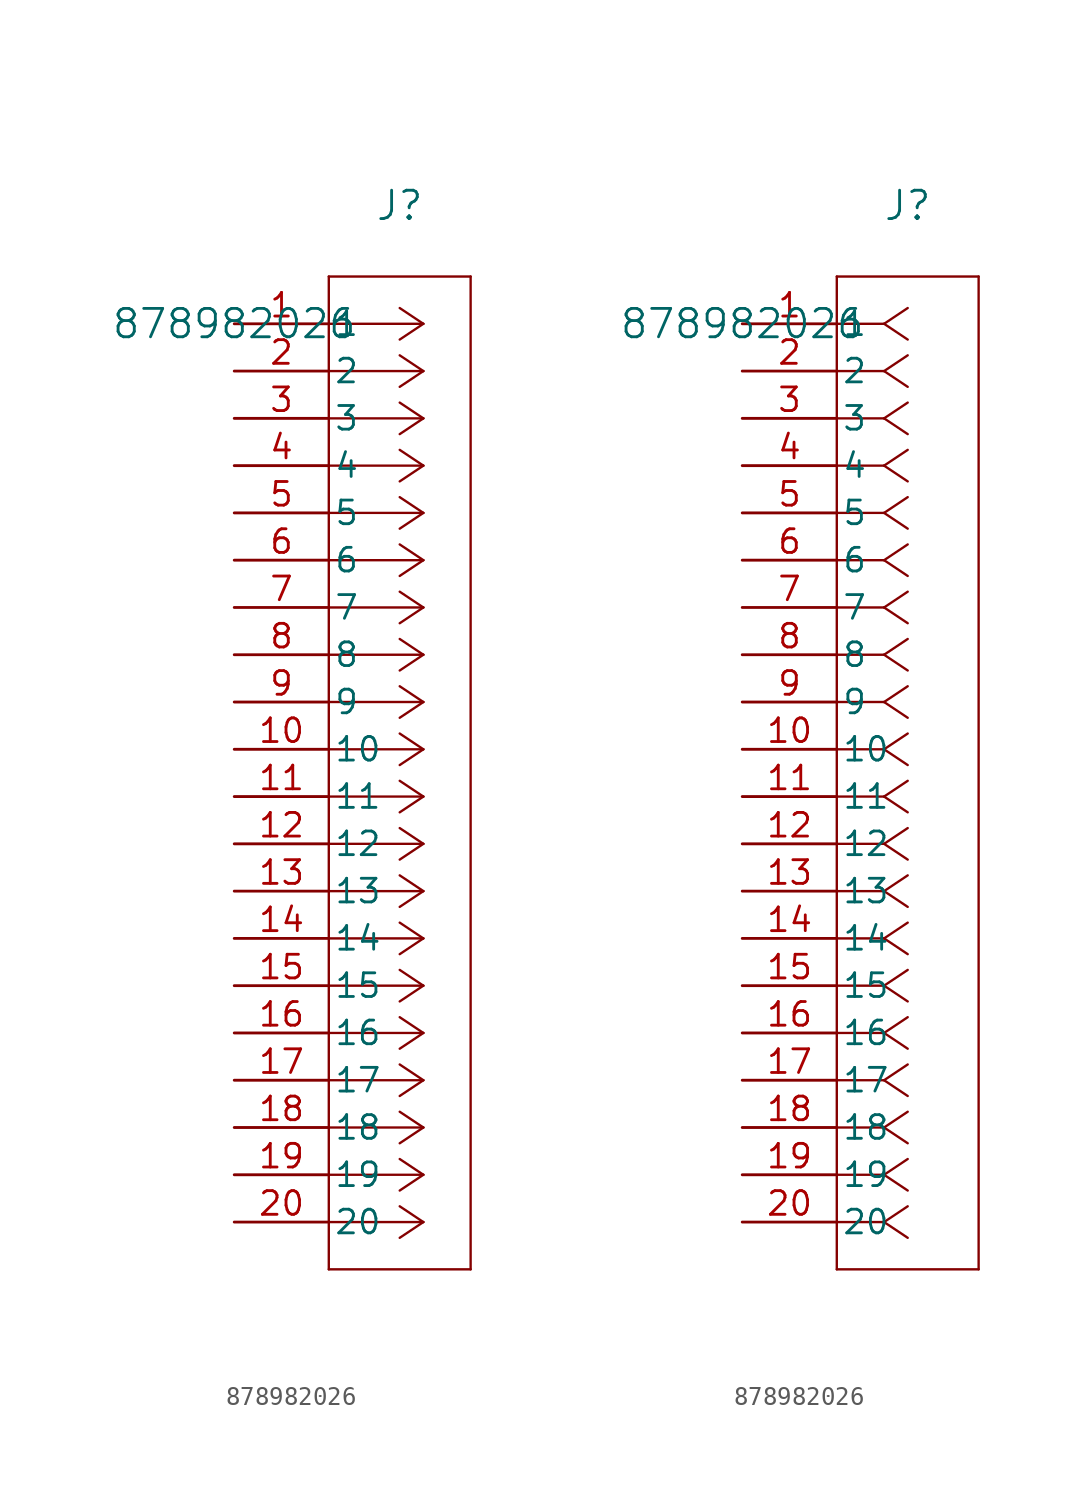
<source format=kicad_sym>
(kicad_symbol_lib
  (version 20211014)
  (generator kicad_symbol_editor)
  (symbol "878982026"
    (pin_names
      (offset 0.254))
    (property "Reference" "J"
      (at 8.89 6.35 0)
      (effects (font (size 1.524 1.524))))
    (property "Value" "878982026"
      (at 0 0 0)
      (effects (font (size 1.524 1.524))))
    (symbol "878982026_1_1"
      (polyline (pts (xy 10.16 0) (xy 5.08 0)) (stroke (width 0.127) (type default) (color 0 0 0 0)) (fill (type none)))
      (polyline (pts (xy 10.16 -2.54) (xy 5.08 -2.54)) (stroke (width 0.127) (type default) (color 0 0 0 0)) (fill (type none)))
      (polyline (pts (xy 10.16 -5.08) (xy 5.08 -5.08)) (stroke (width 0.127) (type default) (color 0 0 0 0)) (fill (type none)))
      (polyline (pts (xy 10.16 -7.62) (xy 5.08 -7.62)) (stroke (width 0.127) (type default) (color 0 0 0 0)) (fill (type none)))
      (polyline (pts (xy 10.16 -10.16) (xy 5.08 -10.16)) (stroke (width 0.127) (type default) (color 0 0 0 0)) (fill (type none)))
      (polyline (pts (xy 10.16 -12.7) (xy 5.08 -12.7)) (stroke (width 0.127) (type default) (color 0 0 0 0)) (fill (type none)))
      (polyline (pts (xy 10.16 -15.24) (xy 5.08 -15.24)) (stroke (width 0.127) (type default) (color 0 0 0 0)) (fill (type none)))
      (polyline (pts (xy 10.16 -17.78) (xy 5.08 -17.78)) (stroke (width 0.127) (type default) (color 0 0 0 0)) (fill (type none)))
      (polyline (pts (xy 10.16 -20.32) (xy 5.08 -20.32)) (stroke (width 0.127) (type default) (color 0 0 0 0)) (fill (type none)))
      (polyline (pts (xy 10.16 -22.86) (xy 5.08 -22.86)) (stroke (width 0.127) (type default) (color 0 0 0 0)) (fill (type none)))
      (polyline (pts (xy 10.16 -25.4) (xy 5.08 -25.4)) (stroke (width 0.127) (type default) (color 0 0 0 0)) (fill (type none)))
      (polyline (pts (xy 10.16 -27.94) (xy 5.08 -27.94)) (stroke (width 0.127) (type default) (color 0 0 0 0)) (fill (type none)))
      (polyline (pts (xy 10.16 -30.48) (xy 5.08 -30.48)) (stroke (width 0.127) (type default) (color 0 0 0 0)) (fill (type none)))
      (polyline (pts (xy 10.16 -33.02) (xy 5.08 -33.02)) (stroke (width 0.127) (type default) (color 0 0 0 0)) (fill (type none)))
      (polyline (pts (xy 10.16 -35.56) (xy 5.08 -35.56)) (stroke (width 0.127) (type default) (color 0 0 0 0)) (fill (type none)))
      (polyline (pts (xy 10.16 -38.1) (xy 5.08 -38.1)) (stroke (width 0.127) (type default) (color 0 0 0 0)) (fill (type none)))
      (polyline (pts (xy 10.16 -40.64) (xy 5.08 -40.64)) (stroke (width 0.127) (type default) (color 0 0 0 0)) (fill (type none)))
      (polyline (pts (xy 10.16 -43.18) (xy 5.08 -43.18)) (stroke (width 0.127) (type default) (color 0 0 0 0)) (fill (type none)))
      (polyline (pts (xy 10.16 -45.72) (xy 5.08 -45.72)) (stroke (width 0.127) (type default) (color 0 0 0 0)) (fill (type none)))
      (polyline (pts (xy 10.16 -48.26) (xy 5.08 -48.26)) (stroke (width 0.127) (type default) (color 0 0 0 0)) (fill (type none)))
      (polyline (pts (xy 10.16 0) (xy 8.89 0.847)) (stroke (width 0.127) (type default) (color 0 0 0 0)) (fill (type none)))
      (polyline (pts (xy 10.16 -2.54) (xy 8.89 -1.693)) (stroke (width 0.127) (type default) (color 0 0 0 0)) (fill (type none)))
      (polyline (pts (xy 10.16 -5.08) (xy 8.89 -4.233)) (stroke (width 0.127) (type default) (color 0 0 0 0)) (fill (type none)))
      (polyline (pts (xy 10.16 -7.62) (xy 8.89 -6.773)) (stroke (width 0.127) (type default) (color 0 0 0 0)) (fill (type none)))
      (polyline (pts (xy 10.16 -10.16) (xy 8.89 -9.313)) (stroke (width 0.127) (type default) (color 0 0 0 0)) (fill (type none)))
      (polyline (pts (xy 10.16 -12.7) (xy 8.89 -11.853)) (stroke (width 0.127) (type default) (color 0 0 0 0)) (fill (type none)))
      (polyline (pts (xy 10.16 -15.24) (xy 8.89 -14.393)) (stroke (width 0.127) (type default) (color 0 0 0 0)) (fill (type none)))
      (polyline (pts (xy 10.16 -17.78) (xy 8.89 -16.933)) (stroke (width 0.127) (type default) (color 0 0 0 0)) (fill (type none)))
      (polyline (pts (xy 10.16 -20.32) (xy 8.89 -19.473)) (stroke (width 0.127) (type default) (color 0 0 0 0)) (fill (type none)))
      (polyline (pts (xy 10.16 -22.86) (xy 8.89 -22.013)) (stroke (width 0.127) (type default) (color 0 0 0 0)) (fill (type none)))
      (polyline (pts (xy 10.16 -25.4) (xy 8.89 -24.553)) (stroke (width 0.127) (type default) (color 0 0 0 0)) (fill (type none)))
      (polyline (pts (xy 10.16 -27.94) (xy 8.89 -27.093)) (stroke (width 0.127) (type default) (color 0 0 0 0)) (fill (type none)))
      (polyline (pts (xy 10.16 -30.48) (xy 8.89 -29.633)) (stroke (width 0.127) (type default) (color 0 0 0 0)) (fill (type none)))
      (polyline (pts (xy 10.16 -33.02) (xy 8.89 -32.173)) (stroke (width 0.127) (type default) (color 0 0 0 0)) (fill (type none)))
      (polyline (pts (xy 10.16 -35.56) (xy 8.89 -34.713)) (stroke (width 0.127) (type default) (color 0 0 0 0)) (fill (type none)))
      (polyline (pts (xy 10.16 -38.1) (xy 8.89 -37.253)) (stroke (width 0.127) (type default) (color 0 0 0 0)) (fill (type none)))
      (polyline (pts (xy 10.16 -40.64) (xy 8.89 -39.793)) (stroke (width 0.127) (type default) (color 0 0 0 0)) (fill (type none)))
      (polyline (pts (xy 10.16 -43.18) (xy 8.89 -42.333)) (stroke (width 0.127) (type default) (color 0 0 0 0)) (fill (type none)))
      (polyline (pts (xy 10.16 -45.72) (xy 8.89 -44.873)) (stroke (width 0.127) (type default) (color 0 0 0 0)) (fill (type none)))
      (polyline (pts (xy 10.16 -48.26) (xy 8.89 -47.413)) (stroke (width 0.127) (type default) (color 0 0 0 0)) (fill (type none)))
      (polyline (pts (xy 10.16 0) (xy 8.89 -0.847)) (stroke (width 0.127) (type default) (color 0 0 0 0)) (fill (type none)))
      (polyline (pts (xy 10.16 -2.54) (xy 8.89 -3.387)) (stroke (width 0.127) (type default) (color 0 0 0 0)) (fill (type none)))
      (polyline (pts (xy 10.16 -5.08) (xy 8.89 -5.927)) (stroke (width 0.127) (type default) (color 0 0 0 0)) (fill (type none)))
      (polyline (pts (xy 10.16 -7.62) (xy 8.89 -8.467)) (stroke (width 0.127) (type default) (color 0 0 0 0)) (fill (type none)))
      (polyline (pts (xy 10.16 -10.16) (xy 8.89 -11.007)) (stroke (width 0.127) (type default) (color 0 0 0 0)) (fill (type none)))
      (polyline (pts (xy 10.16 -12.7) (xy 8.89 -13.547)) (stroke (width 0.127) (type default) (color 0 0 0 0)) (fill (type none)))
      (polyline (pts (xy 10.16 -15.24) (xy 8.89 -16.087)) (stroke (width 0.127) (type default) (color 0 0 0 0)) (fill (type none)))
      (polyline (pts (xy 10.16 -17.78) (xy 8.89 -18.627)) (stroke (width 0.127) (type default) (color 0 0 0 0)) (fill (type none)))
      (polyline (pts (xy 10.16 -20.32) (xy 8.89 -21.167)) (stroke (width 0.127) (type default) (color 0 0 0 0)) (fill (type none)))
      (polyline (pts (xy 10.16 -22.86) (xy 8.89 -23.707)) (stroke (width 0.127) (type default) (color 0 0 0 0)) (fill (type none)))
      (polyline (pts (xy 10.16 -25.4) (xy 8.89 -26.247)) (stroke (width 0.127) (type default) (color 0 0 0 0)) (fill (type none)))
      (polyline (pts (xy 10.16 -27.94) (xy 8.89 -28.787)) (stroke (width 0.127) (type default) (color 0 0 0 0)) (fill (type none)))
      (polyline (pts (xy 10.16 -30.48) (xy 8.89 -31.327)) (stroke (width 0.127) (type default) (color 0 0 0 0)) (fill (type none)))
      (polyline (pts (xy 10.16 -33.02) (xy 8.89 -33.867)) (stroke (width 0.127) (type default) (color 0 0 0 0)) (fill (type none)))
      (polyline (pts (xy 10.16 -35.56) (xy 8.89 -36.407)) (stroke (width 0.127) (type default) (color 0 0 0 0)) (fill (type none)))
      (polyline (pts (xy 10.16 -38.1) (xy 8.89 -38.947)) (stroke (width 0.127) (type default) (color 0 0 0 0)) (fill (type none)))
      (polyline (pts (xy 10.16 -40.64) (xy 8.89 -41.487)) (stroke (width 0.127) (type default) (color 0 0 0 0)) (fill (type none)))
      (polyline (pts (xy 10.16 -43.18) (xy 8.89 -44.027)) (stroke (width 0.127) (type default) (color 0 0 0 0)) (fill (type none)))
      (polyline (pts (xy 10.16 -45.72) (xy 8.89 -46.567)) (stroke (width 0.127) (type default) (color 0 0 0 0)) (fill (type none)))
      (polyline (pts (xy 10.16 -48.26) (xy 8.89 -49.107)) (stroke (width 0.127) (type default) (color 0 0 0 0)) (fill (type none)))
      (polyline (pts (xy 5.08 2.54) (xy 5.08 -50.8)) (stroke (width 0.127) (type default) (color 0 0 0 0)) (fill (type none)))
      (polyline (pts (xy 5.08 -50.8) (xy 12.7 -50.8)) (stroke (width 0.127) (type default) (color 0 0 0 0)) (fill (type none)))
      (polyline (pts (xy 12.7 -50.8) (xy 12.7 2.54)) (stroke (width 0.127) (type default) (color 0 0 0 0)) (fill (type none)))
      (polyline (pts (xy 12.7 2.54) (xy 5.08 2.54)) (stroke (width 0.127) (type default) (color 0 0 0 0)) (fill (type none)))
      (pin unspecified line (at 0 0 0) (length 5.08) (name "1" (effects (font (size 1.27 1.27)))) (number "1" (effects (font (size 1.27 1.27)))))
      (pin unspecified line (at 0 -2.54 0) (length 5.08) (name "2" (effects (font (size 1.27 1.27)))) (number "2" (effects (font (size 1.27 1.27)))))
      (pin unspecified line (at 0 -5.08 0) (length 5.08) (name "3" (effects (font (size 1.27 1.27)))) (number "3" (effects (font (size 1.27 1.27)))))
      (pin unspecified line (at 0 -7.62 0) (length 5.08) (name "4" (effects (font (size 1.27 1.27)))) (number "4" (effects (font (size 1.27 1.27)))))
      (pin unspecified line (at 0 -10.16 0) (length 5.08) (name "5" (effects (font (size 1.27 1.27)))) (number "5" (effects (font (size 1.27 1.27)))))
      (pin unspecified line (at 0 -12.7 0) (length 5.08) (name "6" (effects (font (size 1.27 1.27)))) (number "6" (effects (font (size 1.27 1.27)))))
      (pin unspecified line (at 0 -15.24 0) (length 5.08) (name "7" (effects (font (size 1.27 1.27)))) (number "7" (effects (font (size 1.27 1.27)))))
      (pin unspecified line (at 0 -17.78 0) (length 5.08) (name "8" (effects (font (size 1.27 1.27)))) (number "8" (effects (font (size 1.27 1.27)))))
      (pin unspecified line (at 0 -20.32 0) (length 5.08) (name "9" (effects (font (size 1.27 1.27)))) (number "9" (effects (font (size 1.27 1.27)))))
      (pin unspecified line (at 0 -22.86 0) (length 5.08) (name "10" (effects (font (size 1.27 1.27)))) (number "10" (effects (font (size 1.27 1.27)))))
      (pin unspecified line (at 0 -25.4 0) (length 5.08) (name "11" (effects (font (size 1.27 1.27)))) (number "11" (effects (font (size 1.27 1.27)))))
      (pin unspecified line (at 0 -27.94 0) (length 5.08) (name "12" (effects (font (size 1.27 1.27)))) (number "12" (effects (font (size 1.27 1.27)))))
      (pin unspecified line (at 0 -30.48 0) (length 5.08) (name "13" (effects (font (size 1.27 1.27)))) (number "13" (effects (font (size 1.27 1.27)))))
      (pin unspecified line (at 0 -33.02 0) (length 5.08) (name "14" (effects (font (size 1.27 1.27)))) (number "14" (effects (font (size 1.27 1.27)))))
      (pin unspecified line (at 0 -35.56 0) (length 5.08) (name "15" (effects (font (size 1.27 1.27)))) (number "15" (effects (font (size 1.27 1.27)))))
      (pin unspecified line (at 0 -38.1 0) (length 5.08) (name "16" (effects (font (size 1.27 1.27)))) (number "16" (effects (font (size 1.27 1.27)))))
      (pin unspecified line (at 0 -40.64 0) (length 5.08) (name "17" (effects (font (size 1.27 1.27)))) (number "17" (effects (font (size 1.27 1.27)))))
      (pin unspecified line (at 0 -43.18 0) (length 5.08) (name "18" (effects (font (size 1.27 1.27)))) (number "18" (effects (font (size 1.27 1.27)))))
      (pin unspecified line (at 0 -45.72 0) (length 5.08) (name "19" (effects (font (size 1.27 1.27)))) (number "19" (effects (font (size 1.27 1.27)))))
      (pin unspecified line (at 0 -48.26 0) (length 5.08) (name "20" (effects (font (size 1.27 1.27)))) (number "20" (effects (font (size 1.27 1.27))))))
    (symbol "878982026_1_2"
      (polyline (pts (xy 7.62 0) (xy 5.08 0)) (stroke (width 0.127) (type default) (color 0 0 0 0)) (fill (type none)))
      (polyline (pts (xy 7.62 -2.54) (xy 5.08 -2.54)) (stroke (width 0.127) (type default) (color 0 0 0 0)) (fill (type none)))
      (polyline (pts (xy 7.62 -5.08) (xy 5.08 -5.08)) (stroke (width 0.127) (type default) (color 0 0 0 0)) (fill (type none)))
      (polyline (pts (xy 7.62 -7.62) (xy 5.08 -7.62)) (stroke (width 0.127) (type default) (color 0 0 0 0)) (fill (type none)))
      (polyline (pts (xy 7.62 -10.16) (xy 5.08 -10.16)) (stroke (width 0.127) (type default) (color 0 0 0 0)) (fill (type none)))
      (polyline (pts (xy 7.62 -12.7) (xy 5.08 -12.7)) (stroke (width 0.127) (type default) (color 0 0 0 0)) (fill (type none)))
      (polyline (pts (xy 7.62 -15.24) (xy 5.08 -15.24)) (stroke (width 0.127) (type default) (color 0 0 0 0)) (fill (type none)))
      (polyline (pts (xy 7.62 -17.78) (xy 5.08 -17.78)) (stroke (width 0.127) (type default) (color 0 0 0 0)) (fill (type none)))
      (polyline (pts (xy 7.62 -20.32) (xy 5.08 -20.32)) (stroke (width 0.127) (type default) (color 0 0 0 0)) (fill (type none)))
      (polyline (pts (xy 7.62 -22.86) (xy 5.08 -22.86)) (stroke (width 0.127) (type default) (color 0 0 0 0)) (fill (type none)))
      (polyline (pts (xy 7.62 -25.4) (xy 5.08 -25.4)) (stroke (width 0.127) (type default) (color 0 0 0 0)) (fill (type none)))
      (polyline (pts (xy 7.62 -27.94) (xy 5.08 -27.94)) (stroke (width 0.127) (type default) (color 0 0 0 0)) (fill (type none)))
      (polyline (pts (xy 7.62 -30.48) (xy 5.08 -30.48)) (stroke (width 0.127) (type default) (color 0 0 0 0)) (fill (type none)))
      (polyline (pts (xy 7.62 -33.02) (xy 5.08 -33.02)) (stroke (width 0.127) (type default) (color 0 0 0 0)) (fill (type none)))
      (polyline (pts (xy 7.62 -35.56) (xy 5.08 -35.56)) (stroke (width 0.127) (type default) (color 0 0 0 0)) (fill (type none)))
      (polyline (pts (xy 7.62 -38.1) (xy 5.08 -38.1)) (stroke (width 0.127) (type default) (color 0 0 0 0)) (fill (type none)))
      (polyline (pts (xy 7.62 -40.64) (xy 5.08 -40.64)) (stroke (width 0.127) (type default) (color 0 0 0 0)) (fill (type none)))
      (polyline (pts (xy 7.62 -43.18) (xy 5.08 -43.18)) (stroke (width 0.127) (type default) (color 0 0 0 0)) (fill (type none)))
      (polyline (pts (xy 7.62 -45.72) (xy 5.08 -45.72)) (stroke (width 0.127) (type default) (color 0 0 0 0)) (fill (type none)))
      (polyline (pts (xy 7.62 -48.26) (xy 5.08 -48.26)) (stroke (width 0.127) (type default) (color 0 0 0 0)) (fill (type none)))
      (polyline (pts (xy 7.62 0) (xy 8.89 0.847)) (stroke (width 0.127) (type default) (color 0 0 0 0)) (fill (type none)))
      (polyline (pts (xy 7.62 -2.54) (xy 8.89 -1.693)) (stroke (width 0.127) (type default) (color 0 0 0 0)) (fill (type none)))
      (polyline (pts (xy 7.62 -5.08) (xy 8.89 -4.233)) (stroke (width 0.127) (type default) (color 0 0 0 0)) (fill (type none)))
      (polyline (pts (xy 7.62 -7.62) (xy 8.89 -6.773)) (stroke (width 0.127) (type default) (color 0 0 0 0)) (fill (type none)))
      (polyline (pts (xy 7.62 -10.16) (xy 8.89 -9.313)) (stroke (width 0.127) (type default) (color 0 0 0 0)) (fill (type none)))
      (polyline (pts (xy 7.62 -12.7) (xy 8.89 -11.853)) (stroke (width 0.127) (type default) (color 0 0 0 0)) (fill (type none)))
      (polyline (pts (xy 7.62 -15.24) (xy 8.89 -14.393)) (stroke (width 0.127) (type default) (color 0 0 0 0)) (fill (type none)))
      (polyline (pts (xy 7.62 -17.78) (xy 8.89 -16.933)) (stroke (width 0.127) (type default) (color 0 0 0 0)) (fill (type none)))
      (polyline (pts (xy 7.62 -20.32) (xy 8.89 -19.473)) (stroke (width 0.127) (type default) (color 0 0 0 0)) (fill (type none)))
      (polyline (pts (xy 7.62 -22.86) (xy 8.89 -22.013)) (stroke (width 0.127) (type default) (color 0 0 0 0)) (fill (type none)))
      (polyline (pts (xy 7.62 -25.4) (xy 8.89 -24.553)) (stroke (width 0.127) (type default) (color 0 0 0 0)) (fill (type none)))
      (polyline (pts (xy 7.62 -27.94) (xy 8.89 -27.093)) (stroke (width 0.127) (type default) (color 0 0 0 0)) (fill (type none)))
      (polyline (pts (xy 7.62 -30.48) (xy 8.89 -29.633)) (stroke (width 0.127) (type default) (color 0 0 0 0)) (fill (type none)))
      (polyline (pts (xy 7.62 -33.02) (xy 8.89 -32.173)) (stroke (width 0.127) (type default) (color 0 0 0 0)) (fill (type none)))
      (polyline (pts (xy 7.62 -35.56) (xy 8.89 -34.713)) (stroke (width 0.127) (type default) (color 0 0 0 0)) (fill (type none)))
      (polyline (pts (xy 7.62 -38.1) (xy 8.89 -37.253)) (stroke (width 0.127) (type default) (color 0 0 0 0)) (fill (type none)))
      (polyline (pts (xy 7.62 -40.64) (xy 8.89 -39.793)) (stroke (width 0.127) (type default) (color 0 0 0 0)) (fill (type none)))
      (polyline (pts (xy 7.62 -43.18) (xy 8.89 -42.333)) (stroke (width 0.127) (type default) (color 0 0 0 0)) (fill (type none)))
      (polyline (pts (xy 7.62 -45.72) (xy 8.89 -44.873)) (stroke (width 0.127) (type default) (color 0 0 0 0)) (fill (type none)))
      (polyline (pts (xy 7.62 -48.26) (xy 8.89 -47.413)) (stroke (width 0.127) (type default) (color 0 0 0 0)) (fill (type none)))
      (polyline (pts (xy 7.62 0) (xy 8.89 -0.847)) (stroke (width 0.127) (type default) (color 0 0 0 0)) (fill (type none)))
      (polyline (pts (xy 7.62 -2.54) (xy 8.89 -3.387)) (stroke (width 0.127) (type default) (color 0 0 0 0)) (fill (type none)))
      (polyline (pts (xy 7.62 -5.08) (xy 8.89 -5.927)) (stroke (width 0.127) (type default) (color 0 0 0 0)) (fill (type none)))
      (polyline (pts (xy 7.62 -7.62) (xy 8.89 -8.467)) (stroke (width 0.127) (type default) (color 0 0 0 0)) (fill (type none)))
      (polyline (pts (xy 7.62 -10.16) (xy 8.89 -11.007)) (stroke (width 0.127) (type default) (color 0 0 0 0)) (fill (type none)))
      (polyline (pts (xy 7.62 -12.7) (xy 8.89 -13.547)) (stroke (width 0.127) (type default) (color 0 0 0 0)) (fill (type none)))
      (polyline (pts (xy 7.62 -15.24) (xy 8.89 -16.087)) (stroke (width 0.127) (type default) (color 0 0 0 0)) (fill (type none)))
      (polyline (pts (xy 7.62 -17.78) (xy 8.89 -18.627)) (stroke (width 0.127) (type default) (color 0 0 0 0)) (fill (type none)))
      (polyline (pts (xy 7.62 -20.32) (xy 8.89 -21.167)) (stroke (width 0.127) (type default) (color 0 0 0 0)) (fill (type none)))
      (polyline (pts (xy 7.62 -22.86) (xy 8.89 -23.707)) (stroke (width 0.127) (type default) (color 0 0 0 0)) (fill (type none)))
      (polyline (pts (xy 7.62 -25.4) (xy 8.89 -26.247)) (stroke (width 0.127) (type default) (color 0 0 0 0)) (fill (type none)))
      (polyline (pts (xy 7.62 -27.94) (xy 8.89 -28.787)) (stroke (width 0.127) (type default) (color 0 0 0 0)) (fill (type none)))
      (polyline (pts (xy 7.62 -30.48) (xy 8.89 -31.327)) (stroke (width 0.127) (type default) (color 0 0 0 0)) (fill (type none)))
      (polyline (pts (xy 7.62 -33.02) (xy 8.89 -33.867)) (stroke (width 0.127) (type default) (color 0 0 0 0)) (fill (type none)))
      (polyline (pts (xy 7.62 -35.56) (xy 8.89 -36.407)) (stroke (width 0.127) (type default) (color 0 0 0 0)) (fill (type none)))
      (polyline (pts (xy 7.62 -38.1) (xy 8.89 -38.947)) (stroke (width 0.127) (type default) (color 0 0 0 0)) (fill (type none)))
      (polyline (pts (xy 7.62 -40.64) (xy 8.89 -41.487)) (stroke (width 0.127) (type default) (color 0 0 0 0)) (fill (type none)))
      (polyline (pts (xy 7.62 -43.18) (xy 8.89 -44.027)) (stroke (width 0.127) (type default) (color 0 0 0 0)) (fill (type none)))
      (polyline (pts (xy 7.62 -45.72) (xy 8.89 -46.567)) (stroke (width 0.127) (type default) (color 0 0 0 0)) (fill (type none)))
      (polyline (pts (xy 7.62 -48.26) (xy 8.89 -49.107)) (stroke (width 0.127) (type default) (color 0 0 0 0)) (fill (type none)))
      (polyline (pts (xy 5.08 2.54) (xy 5.08 -50.8)) (stroke (width 0.127) (type default) (color 0 0 0 0)) (fill (type none)))
      (polyline (pts (xy 5.08 -50.8) (xy 12.7 -50.8)) (stroke (width 0.127) (type default) (color 0 0 0 0)) (fill (type none)))
      (polyline (pts (xy 12.7 -50.8) (xy 12.7 2.54)) (stroke (width 0.127) (type default) (color 0 0 0 0)) (fill (type none)))
      (polyline (pts (xy 12.7 2.54) (xy 5.08 2.54)) (stroke (width 0.127) (type default) (color 0 0 0 0)) (fill (type none)))
      (pin unspecified line (at 0 0 0) (length 5.08) (name "1" (effects (font (size 1.27 1.27)))) (number "1" (effects (font (size 1.27 1.27)))))
      (pin unspecified line (at 0 -2.54 0) (length 5.08) (name "2" (effects (font (size 1.27 1.27)))) (number "2" (effects (font (size 1.27 1.27)))))
      (pin unspecified line (at 0 -5.08 0) (length 5.08) (name "3" (effects (font (size 1.27 1.27)))) (number "3" (effects (font (size 1.27 1.27)))))
      (pin unspecified line (at 0 -7.62 0) (length 5.08) (name "4" (effects (font (size 1.27 1.27)))) (number "4" (effects (font (size 1.27 1.27)))))
      (pin unspecified line (at 0 -10.16 0) (length 5.08) (name "5" (effects (font (size 1.27 1.27)))) (number "5" (effects (font (size 1.27 1.27)))))
      (pin unspecified line (at 0 -12.7 0) (length 5.08) (name "6" (effects (font (size 1.27 1.27)))) (number "6" (effects (font (size 1.27 1.27)))))
      (pin unspecified line (at 0 -15.24 0) (length 5.08) (name "7" (effects (font (size 1.27 1.27)))) (number "7" (effects (font (size 1.27 1.27)))))
      (pin unspecified line (at 0 -17.78 0) (length 5.08) (name "8" (effects (font (size 1.27 1.27)))) (number "8" (effects (font (size 1.27 1.27)))))
      (pin unspecified line (at 0 -20.32 0) (length 5.08) (name "9" (effects (font (size 1.27 1.27)))) (number "9" (effects (font (size 1.27 1.27)))))
      (pin unspecified line (at 0 -22.86 0) (length 5.08) (name "10" (effects (font (size 1.27 1.27)))) (number "10" (effects (font (size 1.27 1.27)))))
      (pin unspecified line (at 0 -25.4 0) (length 5.08) (name "11" (effects (font (size 1.27 1.27)))) (number "11" (effects (font (size 1.27 1.27)))))
      (pin unspecified line (at 0 -27.94 0) (length 5.08) (name "12" (effects (font (size 1.27 1.27)))) (number "12" (effects (font (size 1.27 1.27)))))
      (pin unspecified line (at 0 -30.48 0) (length 5.08) (name "13" (effects (font (size 1.27 1.27)))) (number "13" (effects (font (size 1.27 1.27)))))
      (pin unspecified line (at 0 -33.02 0) (length 5.08) (name "14" (effects (font (size 1.27 1.27)))) (number "14" (effects (font (size 1.27 1.27)))))
      (pin unspecified line (at 0 -35.56 0) (length 5.08) (name "15" (effects (font (size 1.27 1.27)))) (number "15" (effects (font (size 1.27 1.27)))))
      (pin unspecified line (at 0 -38.1 0) (length 5.08) (name "16" (effects (font (size 1.27 1.27)))) (number "16" (effects (font (size 1.27 1.27)))))
      (pin unspecified line (at 0 -40.64 0) (length 5.08) (name "17" (effects (font (size 1.27 1.27)))) (number "17" (effects (font (size 1.27 1.27)))))
      (pin unspecified line (at 0 -43.18 0) (length 5.08) (name "18" (effects (font (size 1.27 1.27)))) (number "18" (effects (font (size 1.27 1.27)))))
      (pin unspecified line (at 0 -45.72 0) (length 5.08) (name "19" (effects (font (size 1.27 1.27)))) (number "19" (effects (font (size 1.27 1.27)))))
      (pin unspecified line (at 0 -48.26 0) (length 5.08) (name "20" (effects (font (size 1.27 1.27)))) (number "20" (effects (font (size 1.27 1.27))))))))
</source>
